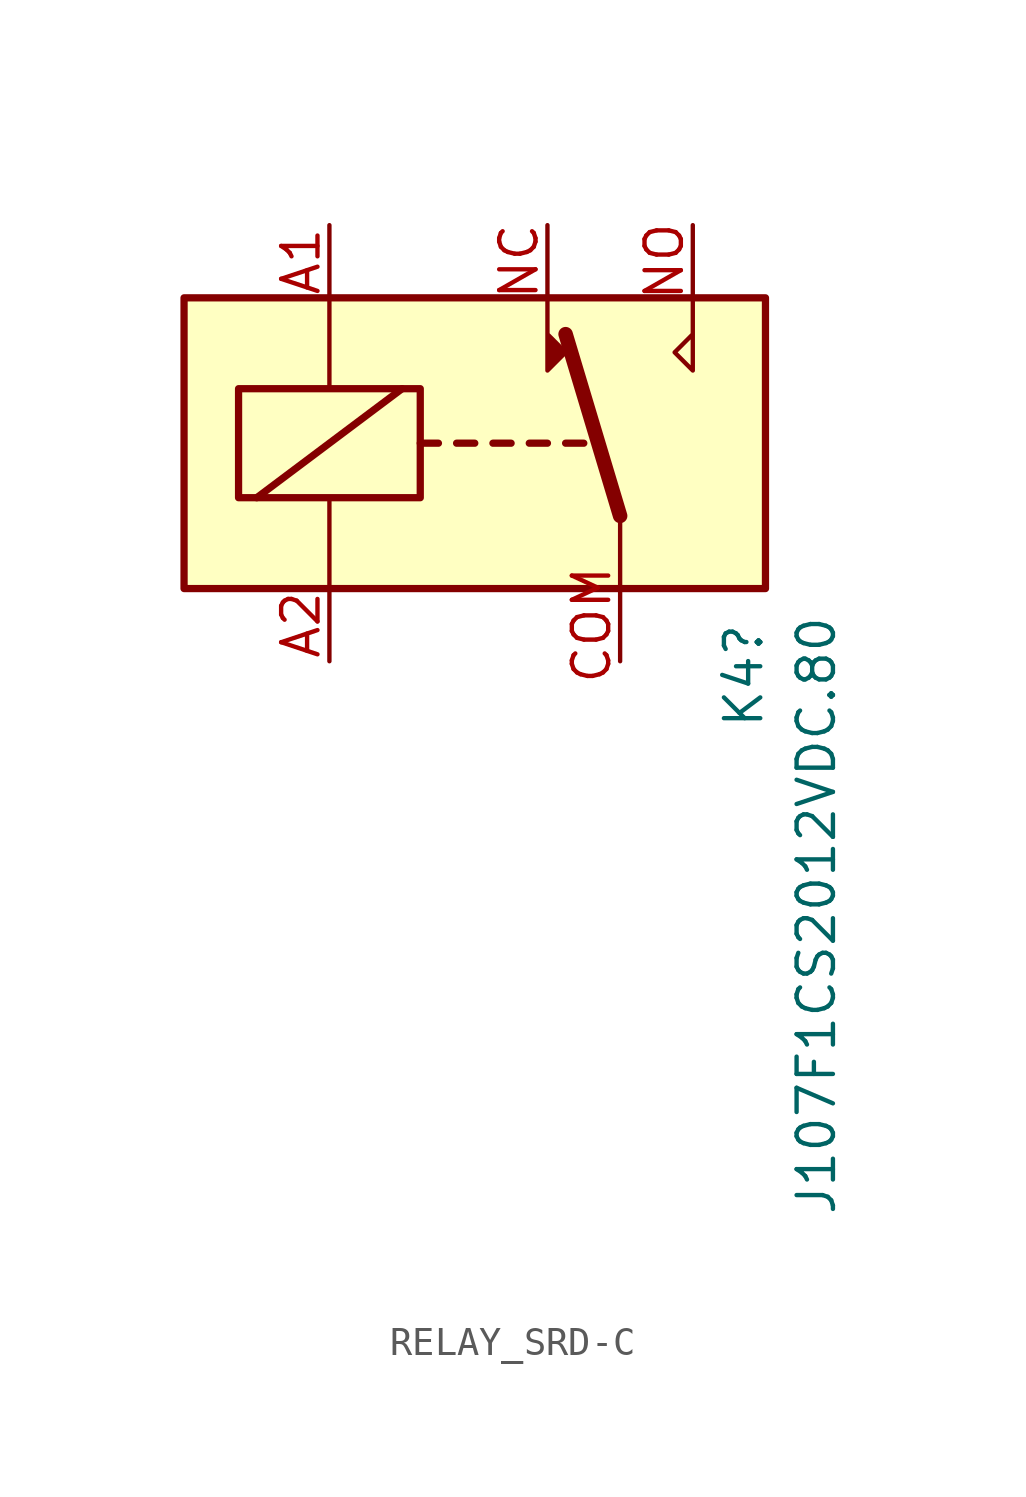
<source format=kicad_sym>
(kicad_symbol_lib
  (version 20231120)
  (generator "kicad_symbol_editor")
  (generator_version "8.0")
  (symbol "RELAY_SRD-C"
    (property "Reference" "K4"
      (at 9.398 -8.128 90)
      (effects (font (size 1.27 1.27))))
    (property "Value" "J107F1CS2012VDC.80"
      (at 11.938 -16.51 90)
      (effects (font (size 1.27 1.27))))
    (symbol "RELAY_SRD-C_0_0"
      (polyline (pts (xy 7.62 5.08) (xy 7.62 2.54) (xy 6.985 3.175) (xy 7.62 3.81)) (stroke (width 0) (type default)) (fill (type none))))
    (symbol "RELAY_SRD-C_0_1"
      (rectangle (start -10.16 5.08) (end 10.16 -5.08) (stroke (width 0.254) (type default)) (fill (type background)))
      (rectangle (start -8.255 1.905) (end -1.905 -1.905) (stroke (width 0.254) (type default)) (fill (type none)))
      (polyline (pts (xy -7.62 -1.905) (xy -2.54 1.905)) (stroke (width 0.254) (type default)) (fill (type none)))
      (polyline (pts (xy -5.08 -5.08) (xy -5.08 -1.905)) (stroke (width 0) (type default)) (fill (type none)))
      (polyline (pts (xy -5.08 5.08) (xy -5.08 1.905)) (stroke (width 0) (type default)) (fill (type none)))
      (polyline (pts (xy -1.905 0) (xy -1.27 0)) (stroke (width 0.254) (type default)) (fill (type none)))
      (polyline (pts (xy -0.635 0) (xy 0 0)) (stroke (width 0.254) (type default)) (fill (type none)))
      (polyline (pts (xy 0.635 0) (xy 1.27 0)) (stroke (width 0.254) (type default)) (fill (type none)))
      (polyline (pts (xy 1.905 0) (xy 2.54 0)) (stroke (width 0.254) (type default)) (fill (type none)))
      (polyline (pts (xy 3.175 0) (xy 3.81 0)) (stroke (width 0.254) (type default)) (fill (type none)))
      (polyline (pts (xy 5.08 -2.54) (xy 3.175 3.81)) (stroke (width 0.508) (type default)) (fill (type none)))
      (polyline (pts (xy 5.08 -2.54) (xy 5.08 -5.08)) (stroke (width 0) (type default)) (fill (type none)))
      (polyline (pts (xy 2.54 5.08) (xy 2.54 2.54) (xy 3.175 3.175) (xy 2.54 3.81)) (stroke (width 0) (type default)) (fill (type outline))))
    (symbol "RELAY_SRD-C_1_1"
      (pin passive line (at -5.08 7.62 270) (length 2.54) (name "~" (effects (font (size 1.27 1.27)))) (number "A1" (effects (font (size 1.27 1.27)))))
      (pin passive line (at -5.08 -7.62 90) (length 2.54) (name "~" (effects (font (size 1.27 1.27)))) (number "A2" (effects (font (size 1.27 1.27)))))
      (pin passive line (at 5.08 -7.62 90) (length 2.54) (name "~" (effects (font (size 1.27 1.27)))) (number "COM" (effects (font (size 1.27 1.27)))))
      (pin passive line (at 2.54 7.62 270) (length 2.54) (name "~" (effects (font (size 1.27 1.27)))) (number "NC" (effects (font (size 1.27 1.27)))))
      (pin passive line (at 7.62 7.62 270) (length 2.54) (name "~" (effects (font (size 1.27 1.27)))) (number "NO" (effects (font (size 1.27 1.27))))))))
</source>
